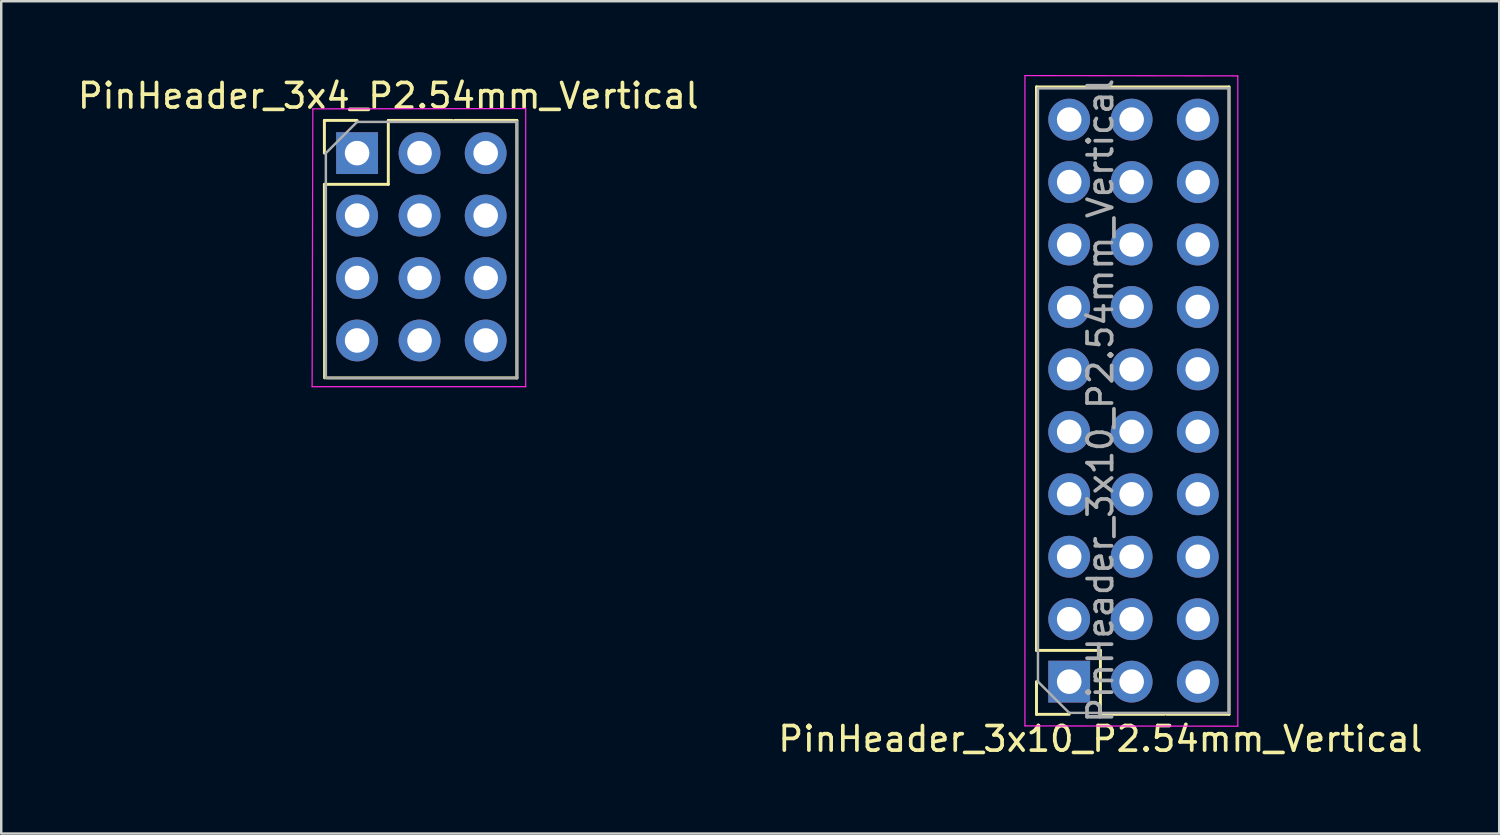
<source format=kicad_pcb>
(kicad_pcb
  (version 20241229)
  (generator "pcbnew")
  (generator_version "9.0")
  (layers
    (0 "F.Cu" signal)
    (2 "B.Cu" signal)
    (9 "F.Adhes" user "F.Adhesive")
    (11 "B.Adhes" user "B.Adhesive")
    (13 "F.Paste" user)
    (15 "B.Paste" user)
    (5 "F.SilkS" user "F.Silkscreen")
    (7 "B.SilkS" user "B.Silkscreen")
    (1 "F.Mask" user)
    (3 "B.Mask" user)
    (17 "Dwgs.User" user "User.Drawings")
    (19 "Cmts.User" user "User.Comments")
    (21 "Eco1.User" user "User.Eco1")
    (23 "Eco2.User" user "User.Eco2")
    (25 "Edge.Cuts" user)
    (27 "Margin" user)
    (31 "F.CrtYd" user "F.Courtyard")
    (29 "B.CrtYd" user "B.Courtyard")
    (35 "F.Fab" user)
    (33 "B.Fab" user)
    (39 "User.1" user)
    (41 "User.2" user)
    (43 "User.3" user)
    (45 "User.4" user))
  (footprint "PinHeader_3x10_P2.54mm_Vertical"
    (layer "F.Cu")
    (at 40.438 3.237)
    (property "Reference" "PinHeader_3x10_P2.54mm_Vertical" (at 1.27 23.768 0) (layer "F.SilkS") (effects (font (size 1 1) (thickness 0.15))))
    (attr through_hole)
    (fp_line (start -1.33 -2.752) (end 6.5 -2.752) (stroke (width 0.12) (type solid)) (layer "F.SilkS"))
    (fp_line (start -1.33 20.168) (end -1.33 -2.752) (stroke (width 0.12) (type solid)) (layer "F.SilkS"))
    (fp_line (start -1.33 20.168) (end 1.27 20.168) (stroke (width 0.12) (type solid)) (layer "F.SilkS"))
    (fp_line (start -1.33 21.438) (end -1.33 22.768) (stroke (width 0.12) (type solid)) (layer "F.SilkS"))
    (fp_line (start -1.33 22.768) (end 0 22.768) (stroke (width 0.12) (type solid)) (layer "F.SilkS"))
    (fp_line (start 1.27 20.168) (end 1.27 22.768) (stroke (width 0.12) (type solid)) (layer "F.SilkS"))
    (fp_line (start 1.27 22.768) (end 3.87 22.768) (stroke (width 0.12) (type solid)) (layer "F.SilkS"))
    (fp_line (start 3.96 22.768) (end 6.5 22.768) (stroke (width 0.12) (type solid)) (layer "F.SilkS"))
    (fp_line (start 6.5 22.768) (end 6.5 -2.752) (stroke (width 0.12) (type solid)) (layer "F.SilkS"))
    (fp_line (start -1.8 -3.212) (end 6.858 -3.2) (stroke (width 0.05) (type solid)) (layer "F.CrtYd"))
    (fp_line (start -1.8 23.238) (end -1.8 -3.212) (stroke (width 0.05) (type solid)) (layer "F.CrtYd"))
    (fp_line (start 6.858 -3.2) (end 6.858 23.25) (stroke (width 0.05) (type solid)) (layer "F.CrtYd"))
    (fp_line (start 6.858 23.25) (end -1.8 23.238) (stroke (width 0.05) (type solid)) (layer "F.CrtYd"))
    (fp_line (start -1.27 -2.692) (end -1.27 21.438) (stroke (width 0.1) (type solid)) (layer "F.Fab"))
    (fp_line (start -1.27 21.438) (end 0 22.708) (stroke (width 0.1) (type solid)) (layer "F.Fab"))
    (fp_line (start 0 22.708) (end 6.5 22.708) (stroke (width 0.1) (type solid)) (layer "F.Fab"))
    (fp_line (start 6.5 -2.692) (end -1.27 -2.692) (stroke (width 0.1) (type solid)) (layer "F.Fab"))
    (fp_line (start 6.5 22.708) (end 6.5 -2.692) (stroke (width 0.1) (type solid)) (layer "F.Fab"))
    (fp_line (start 6.5 22.708) (end 6.5 -2.692) (stroke (width 0.1) (type solid)) (layer "F.Fab"))
    (fp_text user "${REFERENCE}" (at 1.27 10.008 90) (layer "F.Fab") (effects (font (size 1 1) (thickness 0.15))))
    (pad "1" thru_hole rect (at 0 21.438 180) (size 1.7 1.7) (drill 1) (layers "*.Cu" "*.Mask"))
    (pad "2" thru_hole oval (at 0 18.898 180) (size 1.7 1.7) (drill 1) (layers "*.Cu" "*.Mask"))
    (pad "3" thru_hole oval (at 0 16.358 180) (size 1.7 1.7) (drill 1) (layers "*.Cu" "*.Mask"))
    (pad "4" thru_hole oval (at 0 13.818 180) (size 1.7 1.7) (drill 1) (layers "*.Cu" "*.Mask"))
    (pad "5" thru_hole oval (at 0 11.278 180) (size 1.7 1.7) (drill 1) (layers "*.Cu" "*.Mask"))
    (pad "6" thru_hole oval (at 0 8.738 180) (size 1.7 1.7) (drill 1) (layers "*.Cu" "*.Mask"))
    (pad "7" thru_hole oval (at 0 6.198 180) (size 1.7 1.7) (drill 1) (layers "*.Cu" "*.Mask"))
    (pad "8" thru_hole oval (at 0 3.658 180) (size 1.7 1.7) (drill 1) (layers "*.Cu" "*.Mask"))
    (pad "9" thru_hole oval (at 0 1.118 180) (size 1.7 1.7) (drill 1) (layers "*.Cu" "*.Mask"))
    (pad "10" thru_hole oval (at 0 -1.422 180) (size 1.7 1.7) (drill 1) (layers "*.Cu" "*.Mask"))
    (pad "11" thru_hole oval (at 2.54 21.438 180) (size 1.7 1.7) (drill 1) (layers "*.Cu" "*.Mask"))
    (pad "12" thru_hole oval (at 2.54 18.898 180) (size 1.7 1.7) (drill 1) (layers "*.Cu" "*.Mask"))
    (pad "13" thru_hole oval (at 2.54 16.358 180) (size 1.7 1.7) (drill 1) (layers "*.Cu" "*.Mask"))
    (pad "14" thru_hole oval (at 2.54 13.818 180) (size 1.7 1.7) (drill 1) (layers "*.Cu" "*.Mask"))
    (pad "15" thru_hole oval (at 2.54 11.278 180) (size 1.7 1.7) (drill 1) (layers "*.Cu" "*.Mask"))
    (pad "16" thru_hole oval (at 2.54 8.738 180) (size 1.7 1.7) (drill 1) (layers "*.Cu" "*.Mask"))
    (pad "17" thru_hole oval (at 2.54 6.198 180) (size 1.7 1.7) (drill 1) (layers "*.Cu" "*.Mask"))
    (pad "18" thru_hole oval (at 2.54 3.658 180) (size 1.7 1.7) (drill 1) (layers "*.Cu" "*.Mask"))
    (pad "19" thru_hole oval (at 2.54 1.118 180) (size 1.7 1.7) (drill 1) (layers "*.Cu" "*.Mask"))
    (pad "20" thru_hole oval (at 2.54 -1.422 180) (size 1.7 1.7) (drill 1) (layers "*.Cu" "*.Mask"))
    (pad "21" thru_hole oval (at 5.23 21.438 180) (size 1.7 1.7) (drill 1) (layers "*.Cu" "*.Mask"))
    (pad "22" thru_hole oval (at 5.23 18.898 180) (size 1.7 1.7) (drill 1) (layers "*.Cu" "*.Mask"))
    (pad "23" thru_hole oval (at 5.23 16.358 180) (size 1.7 1.7) (drill 1) (layers "*.Cu" "*.Mask"))
    (pad "24" thru_hole oval (at 5.23 13.818 180) (size 1.7 1.7) (drill 1) (layers "*.Cu" "*.Mask"))
    (pad "25" thru_hole oval (at 5.23 11.278 180) (size 1.7 1.7) (drill 1) (layers "*.Cu" "*.Mask"))
    (pad "26" thru_hole oval (at 5.23 8.738 180) (size 1.7 1.7) (drill 1) (layers "*.Cu" "*.Mask"))
    (pad "27" thru_hole oval (at 5.23 6.198 180) (size 1.7 1.7) (drill 1) (layers "*.Cu" "*.Mask"))
    (pad "28" thru_hole oval (at 5.23 3.658 180) (size 1.7 1.7) (drill 1) (layers "*.Cu" "*.Mask"))
    (pad "29" thru_hole oval (at 5.23 1.118 180) (size 1.7 1.7) (drill 1) (layers "*.Cu" "*.Mask"))
    (pad "30" thru_hole oval (at 5.23 -1.422 180) (size 1.7 1.7) (drill 1) (layers "*.Cu" "*.Mask")))
  (footprint "PinHeader_3x4_P2.54mm_Vertical"
    (layer "F.Cu")
    (at 11.474 3.178)
    (property "Reference" "PinHeader_3x4_P2.54mm_Vertical" (at 1.27 -2.33 0) (layer "F.SilkS") (effects (font (size 1 1) (thickness 0.15))))
    (attr through_hole)
    (fp_line (start -1.33 -1.33) (end 0 -1.33) (stroke (width 0.12) (type solid)) (layer "F.SilkS"))
    (fp_line (start -1.33 0) (end -1.33 -1.33) (stroke (width 0.12) (type solid)) (layer "F.SilkS"))
    (fp_line (start -1.33 1.27) (end -1.321 9.144) (stroke (width 0.12) (type solid)) (layer "F.SilkS"))
    (fp_line (start -1.33 1.27) (end 1.27 1.27) (stroke (width 0.12) (type solid)) (layer "F.SilkS"))
    (fp_line (start -1.226 9.144) (end 6.502 9.144) (stroke (width 0.12) (type solid)) (layer "F.SilkS"))
    (fp_line (start 1.27 -1.33) (end 3.87 -1.33) (stroke (width 0.12) (type solid)) (layer "F.SilkS"))
    (fp_line (start 1.27 1.27) (end 1.27 -1.33) (stroke (width 0.12) (type solid)) (layer "F.SilkS"))
    (fp_line (start 3.96 -1.33) (end 6.5 -1.33) (stroke (width 0.12) (type solid)) (layer "F.SilkS"))
    (fp_line (start 6.5 -1.33) (end 6.502 9.144) (stroke (width 0.12) (type solid)) (layer "F.SilkS"))
    (fp_line (start -1.829 9.5) (end 6.858 9.5) (stroke (width 0.05) (type solid)) (layer "F.CrtYd"))
    (fp_line (start -1.8 -1.8) (end -1.829 9.5) (stroke (width 0.05) (type solid)) (layer "F.CrtYd"))
    (fp_line (start 6.858 -1.812) (end -1.8 -1.8) (stroke (width 0.05) (type solid)) (layer "F.CrtYd"))
    (fp_line (start 6.858 9.5) (end 6.858 -1.812) (stroke (width 0.05) (type solid)) (layer "F.CrtYd"))
    (fp_line (start -1.27 0) (end 0 -1.27) (stroke (width 0.1) (type solid)) (layer "F.Fab"))
    (fp_line (start -1.27 9.144) (end -1.27 0) (stroke (width 0.1) (type solid)) (layer "F.Fab"))
    (fp_line (start 0 -1.27) (end 6.5 -1.27) (stroke (width 0.1) (type solid)) (layer "F.Fab"))
    (fp_line (start 6.5 -1.27) (end 6.5 9.144) (stroke (width 0.1) (type solid)) (layer "F.Fab"))
    (fp_line (start 6.5 -1.27) (end 6.5 9.144) (stroke (width 0.1) (type solid)) (layer "F.Fab"))
    (fp_line (start 6.5 9.144) (end -1.27 9.144) (stroke (width 0.1) (type solid)) (layer "F.Fab"))
    (pad "1" thru_hole rect (at 0 0) (size 1.7 1.7) (drill 1) (layers "*.Cu" "*.Mask"))
    (pad "2" thru_hole oval (at 0 2.54) (size 1.7 1.7) (drill 1) (layers "*.Cu" "*.Mask"))
    (pad "3" thru_hole oval (at 0 5.08) (size 1.7 1.7) (drill 1) (layers "*.Cu" "*.Mask"))
    (pad "4" thru_hole oval (at 0 7.62) (size 1.7 1.7) (drill 1) (layers "*.Cu" "*.Mask"))
    (pad "5" thru_hole oval (at 2.54 0) (size 1.7 1.7) (drill 1) (layers "*.Cu" "*.Mask"))
    (pad "6" thru_hole oval (at 2.54 2.54) (size 1.7 1.7) (drill 1) (layers "*.Cu" "*.Mask"))
    (pad "7" thru_hole oval (at 2.54 5.08) (size 1.7 1.7) (drill 1) (layers "*.Cu" "*.Mask"))
    (pad "8" thru_hole oval (at 2.54 7.62) (size 1.7 1.7) (drill 1) (layers "*.Cu" "*.Mask"))
    (pad "9" thru_hole oval (at 5.23 0) (size 1.7 1.7) (drill 1) (layers "*.Cu" "*.Mask"))
    (pad "10" thru_hole oval (at 5.23 2.54) (size 1.7 1.7) (drill 1) (layers "*.Cu" "*.Mask"))
    (pad "11" thru_hole oval (at 5.23 5.08) (size 1.7 1.7) (drill 1) (layers "*.Cu" "*.Mask"))
    (pad "12" thru_hole oval (at 5.23 7.62) (size 1.7 1.7) (drill 1) (layers "*.Cu" "*.Mask")))
  (gr_rect
    (start -3 -3)
    (end 57.929 30.853)
    (stroke (width 0.1) (type default))
    (fill no)
    (layer "Edge.Cuts")))
</source>
